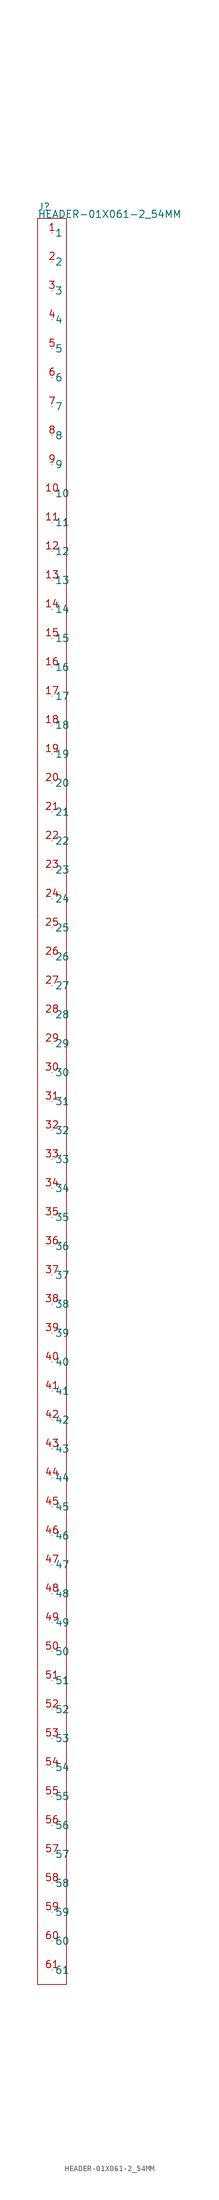
<source format=kicad_sym>
(kicad_symbol_lib
  (version 20211014)
  (generator kicad_symbol_editor)
  (symbol "HEADER-01X061-2_54MM"
    (pin_names)
    (property "Reference" "J"
      (at -2.54 156.21 0)
      (effects (font (size 1.27 1.27)) (justify left bottom)))
    (property "Value" "HEADER-01X061-2_54MM"
      (at -2.54 154.94 0)
      (effects (font (size 1.27 1.27)) (justify left bottom)))
    (property "Datasheet" ""
      (at 0 0 0))
    (property "ki_description" "Header 1x61  - Header Vertical 61POS 2.54MM Technical Specifications: Pitch: 0.1\" (2.54mm) "
      (at 0 0 0))
    (property "ki_fp_filters" "FlashPCB_Connectors:HEADER-THT-01X061-2_54MM FlashPCB_Connectors:HEADER-THT-LONG-01X061-2_54MM FlashPCB_Connectors:HEADER-THT-NOSILK-01X061-2_54MM FlashPCB_Connectors:HEADER-THT-LONG-NOSILK-01X061-2_54MM"
      (at 0 0 0))
    (symbol "HEADER-01X061-2_54MM_1_1"
      (polyline (pts (xy -2.54 154.94) (xy 2.54 154.94)) (stroke (width 0.127)) (fill (type none)))
      (polyline (pts (xy 2.54 154.94) (xy 2.54 -154.94)) (stroke (width 0.127)) (fill (type none)))
      (polyline (pts (xy 2.54 -154.94) (xy -2.54 -154.94)) (stroke (width 0.127)) (fill (type none)))
      (polyline (pts (xy -2.54 -154.94) (xy -2.54 154.94)) (stroke (width 0.127)) (fill (type none)))
      (pin bidirectional line (at 0 152.4 0) (length 0) (name "1" (effects (font (size 1.27 1.27)))) (number "1" (effects (font (size 1.27 1.27)))))
      (pin bidirectional line (at 0 147.32 0) (length 0) (name "2" (effects (font (size 1.27 1.27)))) (number "2" (effects (font (size 1.27 1.27)))))
      (pin bidirectional line (at 0 142.24 0) (length 0) (name "3" (effects (font (size 1.27 1.27)))) (number "3" (effects (font (size 1.27 1.27)))))
      (pin bidirectional line (at 0 137.16 0) (length 0) (name "4" (effects (font (size 1.27 1.27)))) (number "4" (effects (font (size 1.27 1.27)))))
      (pin bidirectional line (at 0 132.08 0) (length 0) (name "5" (effects (font (size 1.27 1.27)))) (number "5" (effects (font (size 1.27 1.27)))))
      (pin bidirectional line (at 0 127 0) (length 0) (name "6" (effects (font (size 1.27 1.27)))) (number "6" (effects (font (size 1.27 1.27)))))
      (pin bidirectional line (at 0 121.92 0) (length 0) (name "7" (effects (font (size 1.27 1.27)))) (number "7" (effects (font (size 1.27 1.27)))))
      (pin bidirectional line (at 0 116.84 0) (length 0) (name "8" (effects (font (size 1.27 1.27)))) (number "8" (effects (font (size 1.27 1.27)))))
      (pin bidirectional line (at 0 111.76 0) (length 0) (name "9" (effects (font (size 1.27 1.27)))) (number "9" (effects (font (size 1.27 1.27)))))
      (pin bidirectional line (at 0 106.68 0) (length 0) (name "10" (effects (font (size 1.27 1.27)))) (number "10" (effects (font (size 1.27 1.27)))))
      (pin bidirectional line (at 0 101.6 0) (length 0) (name "11" (effects (font (size 1.27 1.27)))) (number "11" (effects (font (size 1.27 1.27)))))
      (pin bidirectional line (at 0 96.52 0) (length 0) (name "12" (effects (font (size 1.27 1.27)))) (number "12" (effects (font (size 1.27 1.27)))))
      (pin bidirectional line (at 0 91.44 0) (length 0) (name "13" (effects (font (size 1.27 1.27)))) (number "13" (effects (font (size 1.27 1.27)))))
      (pin bidirectional line (at 0 86.36 0) (length 0) (name "14" (effects (font (size 1.27 1.27)))) (number "14" (effects (font (size 1.27 1.27)))))
      (pin bidirectional line (at 0 81.28 0) (length 0) (name "15" (effects (font (size 1.27 1.27)))) (number "15" (effects (font (size 1.27 1.27)))))
      (pin bidirectional line (at 0 76.2 0) (length 0) (name "16" (effects (font (size 1.27 1.27)))) (number "16" (effects (font (size 1.27 1.27)))))
      (pin bidirectional line (at 0 71.12 0) (length 0) (name "17" (effects (font (size 1.27 1.27)))) (number "17" (effects (font (size 1.27 1.27)))))
      (pin bidirectional line (at 0 66.04 0) (length 0) (name "18" (effects (font (size 1.27 1.27)))) (number "18" (effects (font (size 1.27 1.27)))))
      (pin bidirectional line (at 0 60.96 0) (length 0) (name "19" (effects (font (size 1.27 1.27)))) (number "19" (effects (font (size 1.27 1.27)))))
      (pin bidirectional line (at 0 55.88 0) (length 0) (name "20" (effects (font (size 1.27 1.27)))) (number "20" (effects (font (size 1.27 1.27)))))
      (pin bidirectional line (at 0 50.8 0) (length 0) (name "21" (effects (font (size 1.27 1.27)))) (number "21" (effects (font (size 1.27 1.27)))))
      (pin bidirectional line (at 0 45.72 0) (length 0) (name "22" (effects (font (size 1.27 1.27)))) (number "22" (effects (font (size 1.27 1.27)))))
      (pin bidirectional line (at 0 40.64 0) (length 0) (name "23" (effects (font (size 1.27 1.27)))) (number "23" (effects (font (size 1.27 1.27)))))
      (pin bidirectional line (at 0 35.56 0) (length 0) (name "24" (effects (font (size 1.27 1.27)))) (number "24" (effects (font (size 1.27 1.27)))))
      (pin bidirectional line (at 0 30.48 0) (length 0) (name "25" (effects (font (size 1.27 1.27)))) (number "25" (effects (font (size 1.27 1.27)))))
      (pin bidirectional line (at 0 25.4 0) (length 0) (name "26" (effects (font (size 1.27 1.27)))) (number "26" (effects (font (size 1.27 1.27)))))
      (pin bidirectional line (at 0 20.32 0) (length 0) (name "27" (effects (font (size 1.27 1.27)))) (number "27" (effects (font (size 1.27 1.27)))))
      (pin bidirectional line (at 0 15.24 0) (length 0) (name "28" (effects (font (size 1.27 1.27)))) (number "28" (effects (font (size 1.27 1.27)))))
      (pin bidirectional line (at 0 10.16 0) (length 0) (name "29" (effects (font (size 1.27 1.27)))) (number "29" (effects (font (size 1.27 1.27)))))
      (pin bidirectional line (at 0 5.08 0) (length 0) (name "30" (effects (font (size 1.27 1.27)))) (number "30" (effects (font (size 1.27 1.27)))))
      (pin bidirectional line (at 0 0 0) (length 0) (name "31" (effects (font (size 1.27 1.27)))) (number "31" (effects (font (size 1.27 1.27)))))
      (pin bidirectional line (at 0 -5.08 0) (length 0) (name "32" (effects (font (size 1.27 1.27)))) (number "32" (effects (font (size 1.27 1.27)))))
      (pin bidirectional line (at 0 -10.16 0) (length 0) (name "33" (effects (font (size 1.27 1.27)))) (number "33" (effects (font (size 1.27 1.27)))))
      (pin bidirectional line (at 0 -15.24 0) (length 0) (name "34" (effects (font (size 1.27 1.27)))) (number "34" (effects (font (size 1.27 1.27)))))
      (pin bidirectional line (at 0 -20.32 0) (length 0) (name "35" (effects (font (size 1.27 1.27)))) (number "35" (effects (font (size 1.27 1.27)))))
      (pin bidirectional line (at 0 -25.4 0) (length 0) (name "36" (effects (font (size 1.27 1.27)))) (number "36" (effects (font (size 1.27 1.27)))))
      (pin bidirectional line (at 0 -30.48 0) (length 0) (name "37" (effects (font (size 1.27 1.27)))) (number "37" (effects (font (size 1.27 1.27)))))
      (pin bidirectional line (at 0 -35.56 0) (length 0) (name "38" (effects (font (size 1.27 1.27)))) (number "38" (effects (font (size 1.27 1.27)))))
      (pin bidirectional line (at 0 -40.64 0) (length 0) (name "39" (effects (font (size 1.27 1.27)))) (number "39" (effects (font (size 1.27 1.27)))))
      (pin bidirectional line (at 0 -45.72 0) (length 0) (name "40" (effects (font (size 1.27 1.27)))) (number "40" (effects (font (size 1.27 1.27)))))
      (pin bidirectional line (at 0 -50.8 0) (length 0) (name "41" (effects (font (size 1.27 1.27)))) (number "41" (effects (font (size 1.27 1.27)))))
      (pin bidirectional line (at 0 -55.88 0) (length 0) (name "42" (effects (font (size 1.27 1.27)))) (number "42" (effects (font (size 1.27 1.27)))))
      (pin bidirectional line (at 0 -60.96 0) (length 0) (name "43" (effects (font (size 1.27 1.27)))) (number "43" (effects (font (size 1.27 1.27)))))
      (pin bidirectional line (at 0 -66.04 0) (length 0) (name "44" (effects (font (size 1.27 1.27)))) (number "44" (effects (font (size 1.27 1.27)))))
      (pin bidirectional line (at 0 -71.12 0) (length 0) (name "45" (effects (font (size 1.27 1.27)))) (number "45" (effects (font (size 1.27 1.27)))))
      (pin bidirectional line (at 0 -76.2 0) (length 0) (name "46" (effects (font (size 1.27 1.27)))) (number "46" (effects (font (size 1.27 1.27)))))
      (pin bidirectional line (at 0 -81.28 0) (length 0) (name "47" (effects (font (size 1.27 1.27)))) (number "47" (effects (font (size 1.27 1.27)))))
      (pin bidirectional line (at 0 -86.36 0) (length 0) (name "48" (effects (font (size 1.27 1.27)))) (number "48" (effects (font (size 1.27 1.27)))))
      (pin bidirectional line (at 0 -91.44 0) (length 0) (name "49" (effects (font (size 1.27 1.27)))) (number "49" (effects (font (size 1.27 1.27)))))
      (pin bidirectional line (at 0 -96.52 0) (length 0) (name "50" (effects (font (size 1.27 1.27)))) (number "50" (effects (font (size 1.27 1.27)))))
      (pin bidirectional line (at 0 -101.6 0) (length 0) (name "51" (effects (font (size 1.27 1.27)))) (number "51" (effects (font (size 1.27 1.27)))))
      (pin bidirectional line (at 0 -106.68 0) (length 0) (name "52" (effects (font (size 1.27 1.27)))) (number "52" (effects (font (size 1.27 1.27)))))
      (pin bidirectional line (at 0 -111.76 0) (length 0) (name "53" (effects (font (size 1.27 1.27)))) (number "53" (effects (font (size 1.27 1.27)))))
      (pin bidirectional line (at 0 -116.84 0) (length 0) (name "54" (effects (font (size 1.27 1.27)))) (number "54" (effects (font (size 1.27 1.27)))))
      (pin bidirectional line (at 0 -121.92 0) (length 0) (name "55" (effects (font (size 1.27 1.27)))) (number "55" (effects (font (size 1.27 1.27)))))
      (pin bidirectional line (at 0 -127 0) (length 0) (name "56" (effects (font (size 1.27 1.27)))) (number "56" (effects (font (size 1.27 1.27)))))
      (pin bidirectional line (at 0 -132.08 0) (length 0) (name "57" (effects (font (size 1.27 1.27)))) (number "57" (effects (font (size 1.27 1.27)))))
      (pin bidirectional line (at 0 -137.16 0) (length 0) (name "58" (effects (font (size 1.27 1.27)))) (number "58" (effects (font (size 1.27 1.27)))))
      (pin bidirectional line (at 0 -142.24 0) (length 0) (name "59" (effects (font (size 1.27 1.27)))) (number "59" (effects (font (size 1.27 1.27)))))
      (pin bidirectional line (at 0 -147.32 0) (length 0) (name "60" (effects (font (size 1.27 1.27)))) (number "60" (effects (font (size 1.27 1.27)))))
      (pin bidirectional line (at 0 -152.4 0) (length 0) (name "61" (effects (font (size 1.27 1.27)))) (number "61" (effects (font (size 1.27 1.27))))))))
</source>
